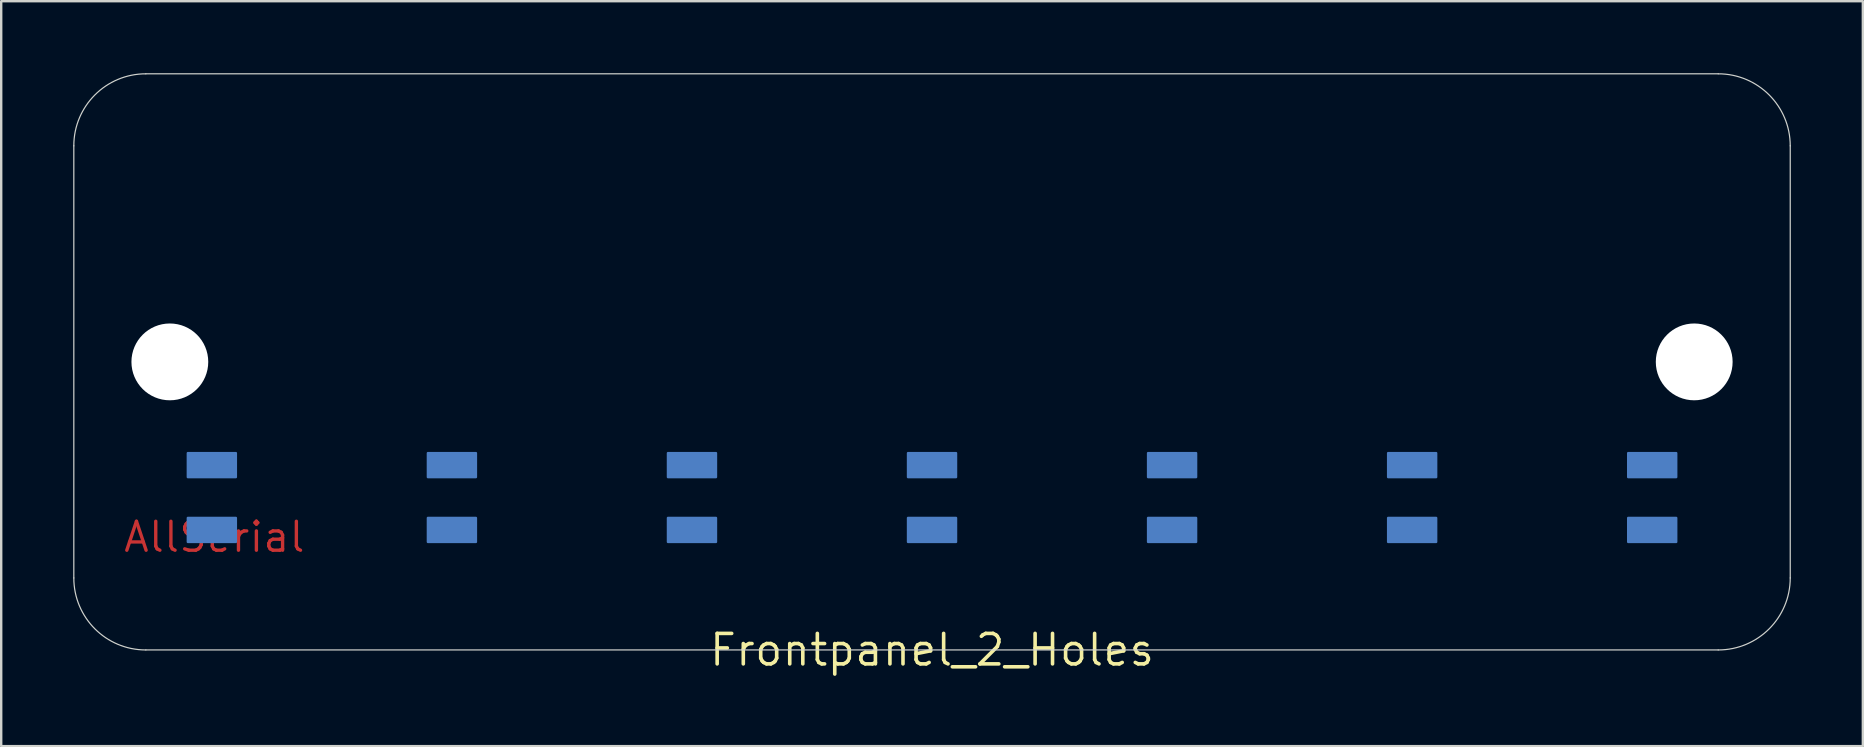
<source format=kicad_pcb>
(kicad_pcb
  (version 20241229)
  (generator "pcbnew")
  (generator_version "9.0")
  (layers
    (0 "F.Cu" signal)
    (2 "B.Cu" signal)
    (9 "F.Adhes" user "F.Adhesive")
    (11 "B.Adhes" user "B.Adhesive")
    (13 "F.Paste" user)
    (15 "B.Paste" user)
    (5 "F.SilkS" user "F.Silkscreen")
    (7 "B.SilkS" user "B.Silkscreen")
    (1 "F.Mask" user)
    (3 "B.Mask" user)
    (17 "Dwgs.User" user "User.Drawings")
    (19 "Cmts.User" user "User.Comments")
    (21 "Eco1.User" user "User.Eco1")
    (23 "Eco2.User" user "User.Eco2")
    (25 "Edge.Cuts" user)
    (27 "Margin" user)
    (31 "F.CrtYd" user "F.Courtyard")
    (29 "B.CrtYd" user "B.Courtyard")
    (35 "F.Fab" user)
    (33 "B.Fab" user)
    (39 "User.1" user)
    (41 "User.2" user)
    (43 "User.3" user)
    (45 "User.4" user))
  (footprint "Frontpanel_2_Holes"
    (layer "F.Cu")
    (at 35.775 24.025)
    (property "Reference" "Frontpanel_2_Holes" (at 0 0 0) (layer "F.SilkS") (effects (font (size 1.27 1.27) (thickness 0.15))))
    (attr through_hole)
    (fp_rect (start -31 -8.2) (end -29 -7.2) (stroke (width 0.1) (type solid)) (fill yes) (layer "B.Cu"))
    (fp_rect (start -31 -5.5) (end -29 -4.5) (stroke (width 0.1) (type solid)) (fill yes) (layer "B.Cu"))
    (fp_rect (start -21 -8.2) (end -19 -7.2) (stroke (width 0.1) (type solid)) (fill yes) (layer "B.Cu"))
    (fp_rect (start -21 -5.5) (end -19 -4.5) (stroke (width 0.1) (type solid)) (fill yes) (layer "B.Cu"))
    (fp_rect (start -11 -8.2) (end -9 -7.2) (stroke (width 0.1) (type solid)) (fill yes) (layer "B.Cu"))
    (fp_rect (start -11 -5.5) (end -9 -4.5) (stroke (width 0.1) (type solid)) (fill yes) (layer "B.Cu"))
    (fp_rect (start -1 -8.2) (end 1 -7.2) (stroke (width 0.1) (type solid)) (fill yes) (layer "B.Cu"))
    (fp_rect (start -1 -5.5) (end 1 -4.5) (stroke (width 0.1) (type solid)) (fill yes) (layer "B.Cu"))
    (fp_rect (start 9 -8.2) (end 11 -7.2) (stroke (width 0.1) (type solid)) (fill yes) (layer "B.Cu"))
    (fp_rect (start 9 -5.5) (end 11 -4.5) (stroke (width 0.1) (type solid)) (fill yes) (layer "B.Cu"))
    (fp_rect (start 19 -8.2) (end 21 -7.2) (stroke (width 0.1) (type solid)) (fill yes) (layer "B.Cu"))
    (fp_rect (start 19 -5.5) (end 21 -4.5) (stroke (width 0.1) (type solid)) (fill yes) (layer "B.Cu"))
    (fp_rect (start 29 -8.2) (end 31 -7.2) (stroke (width 0.1) (type solid)) (fill yes) (layer "B.Cu"))
    (fp_rect (start 29 -5.5) (end 31 -4.5) (stroke (width 0.1) (type solid)) (fill yes) (layer "B.Cu"))
    (fp_rect (start -31 -8.2) (end -29 -4.5) (stroke (width 0.1) (type solid)) (fill yes) (layer "B.Mask"))
    (fp_rect (start -21 -8.2) (end -19 -4.5) (stroke (width 0.1) (type solid)) (fill yes) (layer "B.Mask"))
    (fp_rect (start -11 -8.2) (end -9 -4.5) (stroke (width 0.1) (type solid)) (fill yes) (layer "B.Mask"))
    (fp_rect (start -1 -8.2) (end 1 -4.5) (stroke (width 0.1) (type solid)) (fill yes) (layer "B.Mask"))
    (fp_rect (start 9 -8.2) (end 11 -4.5) (stroke (width 0.1) (type solid)) (fill yes) (layer "B.Mask"))
    (fp_rect (start 19 -8.2) (end 21 -4.5) (stroke (width 0.1) (type solid)) (fill yes) (layer "B.Mask"))
    (fp_rect (start 29 -8.2) (end 31 -4.5) (stroke (width 0.1) (type solid)) (fill yes) (layer "B.Mask"))
    (fp_poly (pts (xy -33.8 -7.1) (xy 33.8 -7.1) (xy 33.8 -5.55) (xy -33.8 -5.55)) (stroke (width 0) (type solid)) (fill yes) (layer "B.Mask"))
    (fp_line (start -35.752 -6.785) (end -35.752 -3) (stroke (width 0.001) (type solid)) (layer "Dwgs.User"))
    (fp_line (start -35.75 -14.16) (end -35.75 -12.66) (stroke (width 0.001) (type solid)) (layer "Dwgs.User"))
    (fp_line (start -35.75 -11.16) (end -35.75 -9.803) (stroke (width 0.001) (type solid)) (layer "Dwgs.User"))
    (fp_line (start -35.749 -21) (end -35.75 -17.171) (stroke (width 0.001) (type solid)) (layer "Dwgs.User"))
    (fp_line (start -35.691 -9.661) (end -35.089 -9.059) (stroke (width 0.001) (type solid)) (layer "Dwgs.User"))
    (fp_line (start -35.679 -17.008) (end -35.065 -16.486) (stroke (width 0.001) (type solid)) (layer "Dwgs.User"))
    (fp_line (start -35.679 -15.508) (end -35.065 -14.986) (stroke (width 0.001) (type solid)) (layer "Dwgs.User"))
    (fp_line (start -35.679 -12.508) (end -35.065 -11.986) (stroke (width 0.001) (type solid)) (layer "Dwgs.User"))
    (fp_line (start -35.675 -8.147) (end -35.072 -7.679) (stroke (width 0.001) (type solid)) (layer "Dwgs.User"))
    (fp_line (start -35.089 -8.953) (end -35.683 -8.457) (stroke (width 0.001) (type solid)) (layer "Dwgs.User"))
    (fp_line (start -35.065 -16.334) (end -35.679 -15.812) (stroke (width 0.001) (type solid)) (layer "Dwgs.User"))
    (fp_line (start -35.065 -14.834) (end -35.679 -14.312) (stroke (width 0.001) (type solid)) (layer "Dwgs.User"))
    (fp_line (start -35.065 -11.834) (end -35.679 -11.312) (stroke (width 0.001) (type solid)) (layer "Dwgs.User"))
    (fp_line (start -35.065 -7.527) (end -35.689 -6.947) (stroke (width 0.001) (type solid)) (layer "Dwgs.User"))
    (fp_line (start -34.947 -9) (end -34.15 -9) (stroke (width 0.001) (type solid)) (layer "Dwgs.User"))
    (fp_line (start -34.44 -10.303) (end -33.574 -10.803) (stroke (width 0.001) (type solid)) (layer "Dwgs.User"))
    (fp_line (start -34.339 -9.928) (end -33.89 -9.15) (stroke (width 0.001) (type solid)) (layer "Dwgs.User"))
    (fp_line (start -33.977 -9.3) (end -34.477 -10.166) (stroke (width 0.001) (type solid)) (layer "Dwgs.User"))
    (fp_line (start -33.977 -9) (end -34.96 -9) (stroke (width 0.001) (type solid)) (layer "Dwgs.User"))
    (fp_line (start -33.933 -10.393) (end -34.266 -10.201) (stroke (width 0.001) (type solid)) (layer "Dwgs.User"))
    (fp_line (start -33.9 -18.58) (end -32.95 -18.58) (stroke (width 0.001) (type solid)) (layer "Dwgs.User"))
    (fp_line (start -33.9 -16.78) (end -33.9 -18.58) (stroke (width 0.001) (type solid)) (layer "Dwgs.User"))
    (fp_line (start -33.9 -7.22) (end -32.953 -7.22) (stroke (width 0.001) (type solid)) (layer "Dwgs.User"))
    (fp_line (start -33.9 -5.42) (end -33.9 -7.22) (stroke (width 0.001) (type solid)) (layer "Dwgs.User"))
    (fp_line (start -33.746 -10.501) (end -33.933 -10.393) (stroke (width 0.001) (type solid)) (layer "Dwgs.User"))
    (fp_line (start -33.438 -10.766) (end -32.499 -9.14) (stroke (width 0.001) (type solid)) (layer "Dwgs.User"))
    (fp_line (start -32.95 -16.78) (end -33.9 -16.78) (stroke (width 0.001) (type solid)) (layer "Dwgs.User"))
    (fp_line (start -32.95 -5.42) (end -33.9 -5.42) (stroke (width 0.001) (type solid)) (layer "Dwgs.User"))
    (fp_line (start -32.78 -9.227) (end -33.473 -10.428) (stroke (width 0.001) (type solid)) (layer "Dwgs.User"))
    (fp_line (start -32.753 -7.42) (end -32.753 -9.127) (stroke (width 0.001) (type solid)) (layer "Dwgs.User"))
    (fp_line (start -32.752 -0.000006) (end -32.751 -0.000006) (stroke (width 0.001) (type solid)) (layer "Dwgs.User"))
    (fp_line (start -32.75 -18.78) (end -32.75 -21.48) (stroke (width 0.001) (type solid)) (layer "Dwgs.User"))
    (fp_line (start -32.75 -15.205) (end -32.75 -16.58) (stroke (width 0.001) (type solid)) (layer "Dwgs.User"))
    (fp_line (start -32.75 -2.52) (end -32.75 -5.22) (stroke (width 0.001) (type solid)) (layer "Dwgs.User"))
    (fp_line (start -32.599 -0.071) (end -32.079 -0.685) (stroke (width 0.001) (type solid)) (layer "Dwgs.User"))
    (fp_line (start -32.25 -21.98) (end 32.25 -21.98) (stroke (width 0.001) (type solid)) (layer "Dwgs.User"))
    (fp_line (start -32.096 -9) (end -31.404 -9) (stroke (width 0.001) (type solid)) (layer "Dwgs.User"))
    (fp_line (start -32.076 -23.315) (end -32.596 -23.929) (stroke (width 0.001) (type solid)) (layer "Dwgs.User"))
    (fp_line (start -31.924 -0.685) (end -31.414 -0.086) (stroke (width 0.001) (type solid)) (layer "Dwgs.User"))
    (fp_line (start -31.402 -23.929) (end -31.924 -23.315) (stroke (width 0.001) (type solid)) (layer "Dwgs.User"))
    (fp_line (start -31.098 -0.071) (end -30.576 -0.685) (stroke (width 0.001) (type solid)) (layer "Dwgs.User"))
    (fp_line (start -30.576 -23.315) (end -31.098 -23.929) (stroke (width 0.001) (type solid)) (layer "Dwgs.User"))
    (fp_line (start -30.424 -0.685) (end -29.902 -0.071) (stroke (width 0.001) (type solid)) (layer "Dwgs.User"))
    (fp_line (start -30.099 -12.98) (end -29.45 -12.98) (stroke (width 0.001) (type solid)) (layer "Dwgs.User"))
    (fp_line (start -29.902 -23.929) (end -30.424 -23.315) (stroke (width 0.001) (type solid)) (layer "Dwgs.User"))
    (fp_line (start -29.591 -0.078) (end -29.129 -0.681) (stroke (width 0.001) (type solid)) (layer "Dwgs.User"))
    (fp_line (start -29.45 -10.98) (end -30.099 -10.98) (stroke (width 0.001) (type solid)) (layer "Dwgs.User"))
    (fp_line (start -29.25 -13.18) (end -29.25 -13.577) (stroke (width 0.001) (type solid)) (layer "Dwgs.User"))
    (fp_line (start -29.25 -10.383) (end -29.25 -10.78) (stroke (width 0.001) (type solid)) (layer "Dwgs.User"))
    (fp_line (start -29.129 -23.319) (end -29.591 -23.922) (stroke (width 0.001) (type solid)) (layer "Dwgs.User"))
    (fp_line (start -29.05 -0.72) (end 29.05 -0.72) (stroke (width 0.001) (type solid)) (layer "Dwgs.User"))
    (fp_line (start 29.05 -23.28) (end -29.05 -23.28) (stroke (width 0.001) (type solid)) (layer "Dwgs.User"))
    (fp_line (start 29.129 -0.681) (end 29.591 -0.078) (stroke (width 0.001) (type solid)) (layer "Dwgs.User"))
    (fp_line (start 29.25 -13.617) (end 29.25 -13.22) (stroke (width 0.001) (type solid)) (layer "Dwgs.User"))
    (fp_line (start 29.25 -10.82) (end 29.25 -10.423) (stroke (width 0.001) (type solid)) (layer "Dwgs.User"))
    (fp_line (start 29.45 -13.02) (end 30.099 -13.02) (stroke (width 0.001) (type solid)) (layer "Dwgs.User"))
    (fp_line (start 29.591 -23.922) (end 29.129 -23.319) (stroke (width 0.001) (type solid)) (layer "Dwgs.User"))
    (fp_line (start 29.902 -0.071) (end 30.424 -0.685) (stroke (width 0.001) (type solid)) (layer "Dwgs.User"))
    (fp_line (start 30.099 -11.02) (end 29.45 -11.02) (stroke (width 0.001) (type solid)) (layer "Dwgs.User"))
    (fp_line (start 30.424 -23.315) (end 29.902 -23.929) (stroke (width 0.001) (type solid)) (layer "Dwgs.User"))
    (fp_line (start 30.576 -0.685) (end 31.098 -0.071) (stroke (width 0.001) (type solid)) (layer "Dwgs.User"))
    (fp_line (start 31.098 -23.929) (end 30.576 -23.315) (stroke (width 0.001) (type solid)) (layer "Dwgs.User"))
    (fp_line (start 31.402 -0.071) (end 31.924 -0.685) (stroke (width 0.001) (type solid)) (layer "Dwgs.User"))
    (fp_line (start 31.924 -23.315) (end 31.414 -23.914) (stroke (width 0.001) (type solid)) (layer "Dwgs.User"))
    (fp_line (start 32.076 -0.685) (end 32.596 -0.071) (stroke (width 0.001) (type solid)) (layer "Dwgs.User"))
    (fp_line (start 32.096 -15) (end 31.404 -15) (stroke (width 0.001) (type solid)) (layer "Dwgs.User"))
    (fp_line (start 32.25 -2.02) (end -32.25 -2.02) (stroke (width 0.001) (type solid)) (layer "Dwgs.User"))
    (fp_line (start 32.599 -23.929) (end 32.079 -23.315) (stroke (width 0.001) (type solid)) (layer "Dwgs.User"))
    (fp_line (start 32.75 -21.48) (end 32.75 -18.78) (stroke (width 0.001) (type solid)) (layer "Dwgs.User"))
    (fp_line (start 32.75 -8.795) (end 32.75 -7.42) (stroke (width 0.001) (type solid)) (layer "Dwgs.User"))
    (fp_line (start 32.75 -5.22) (end 32.75 -2.52) (stroke (width 0.001) (type solid)) (layer "Dwgs.User"))
    (fp_line (start 32.752 -24) (end 32.751 -24) (stroke (width 0.001) (type solid)) (layer "Dwgs.User"))
    (fp_line (start 32.753 -16.58) (end 32.753 -14.873) (stroke (width 0.001) (type solid)) (layer "Dwgs.User"))
    (fp_line (start 32.78 -14.773) (end 33.473 -13.572) (stroke (width 0.001) (type solid)) (layer "Dwgs.User"))
    (fp_line (start 32.95 -18.58) (end 33.9 -18.58) (stroke (width 0.001) (type solid)) (layer "Dwgs.User"))
    (fp_line (start 32.95 -7.22) (end 33.9 -7.22) (stroke (width 0.001) (type solid)) (layer "Dwgs.User"))
    (fp_line (start 33.438 -13.234) (end 32.499 -14.86) (stroke (width 0.001) (type solid)) (layer "Dwgs.User"))
    (fp_line (start 33.746 -13.499) (end 33.933 -13.607) (stroke (width 0.001) (type solid)) (layer "Dwgs.User"))
    (fp_line (start 33.9 -18.58) (end 33.9 -16.78) (stroke (width 0.001) (type solid)) (layer "Dwgs.User"))
    (fp_line (start 33.9 -16.78) (end 32.953 -16.78) (stroke (width 0.001) (type solid)) (layer "Dwgs.User"))
    (fp_line (start 33.9 -7.22) (end 33.9 -5.42) (stroke (width 0.001) (type solid)) (layer "Dwgs.User"))
    (fp_line (start 33.9 -5.42) (end 32.95 -5.42) (stroke (width 0.001) (type solid)) (layer "Dwgs.User"))
    (fp_line (start 33.933 -13.607) (end 34.266 -13.799) (stroke (width 0.001) (type solid)) (layer "Dwgs.User"))
    (fp_line (start 33.977 -15) (end 34.15 -15) (stroke (width 0.001) (type solid)) (layer "Dwgs.User"))
    (fp_line (start 33.977 -14.7) (end 34.477 -13.834) (stroke (width 0.001) (type solid)) (layer "Dwgs.User"))
    (fp_line (start 34.339 -14.072) (end 33.89 -14.85) (stroke (width 0.001) (type solid)) (layer "Dwgs.User"))
    (fp_line (start 34.44 -13.697) (end 33.574 -13.197) (stroke (width 0.001) (type solid)) (layer "Dwgs.User"))
    (fp_line (start 34.947 -15) (end 34.15 -15) (stroke (width 0.001) (type solid)) (layer "Dwgs.User"))
    (fp_line (start 34.947 -15) (end 34.96 -15) (stroke (width 0.001) (type solid)) (layer "Dwgs.User"))
    (fp_line (start 35.065 -16.473) (end 35.689 -17.053) (stroke (width 0.001) (type solid)) (layer "Dwgs.User"))
    (fp_line (start 35.065 -12.166) (end 35.679 -12.688) (stroke (width 0.001) (type solid)) (layer "Dwgs.User"))
    (fp_line (start 35.065 -9.166) (end 35.679 -9.688) (stroke (width 0.001) (type solid)) (layer "Dwgs.User"))
    (fp_line (start 35.065 -7.666) (end 35.679 -8.188) (stroke (width 0.001) (type solid)) (layer "Dwgs.User"))
    (fp_line (start 35.089 -15.047) (end 35.683 -15.543) (stroke (width 0.001) (type solid)) (layer "Dwgs.User"))
    (fp_line (start 35.675 -15.853) (end 35.072 -16.321) (stroke (width 0.001) (type solid)) (layer "Dwgs.User"))
    (fp_line (start 35.679 -11.492) (end 35.065 -12.014) (stroke (width 0.001) (type solid)) (layer "Dwgs.User"))
    (fp_line (start 35.679 -8.492) (end 35.065 -9.014) (stroke (width 0.001) (type solid)) (layer "Dwgs.User"))
    (fp_line (start 35.679 -6.992) (end 35.065 -7.514) (stroke (width 0.001) (type solid)) (layer "Dwgs.User"))
    (fp_line (start 35.691 -14.339) (end 35.089 -14.941) (stroke (width 0.001) (type solid)) (layer "Dwgs.User"))
    (fp_line (start 35.749 -3) (end 35.75 -6.829) (stroke (width 0.001) (type solid)) (layer "Dwgs.User"))
    (fp_line (start 35.75 -12.84) (end 35.75 -14.197) (stroke (width 0.001) (type solid)) (layer "Dwgs.User"))
    (fp_line (start 35.75 -9.84) (end 35.75 -11.34) (stroke (width 0.001) (type solid)) (layer "Dwgs.User"))
    (fp_line (start 35.752 -17.215) (end 35.752 -21) (stroke (width 0.001) (type solid)) (layer "Dwgs.User"))
    (fp_arc (start -35.752381 -6.785475) (mid -35.739141 -6.873453) (end -35.689059 -6.946987) (stroke (width 0.001) (type solid)) (layer "Dwgs.User"))
    (fp_arc (start -35.75 -14.160005) (mid -35.731504 -14.244003) (end -35.67944 -14.312465) (stroke (width 0.001) (type solid)) (layer "Dwgs.User"))
    (fp_arc (start -35.75 -11.160005) (mid -35.731504 -11.244003) (end -35.67944 -11.312465) (stroke (width 0.001) (type solid)) (layer "Dwgs.User"))
    (fp_arc (start -35.74944 -21.000004) (mid -34.870587 -23.121506) (end -32.74894 -24.000006) (stroke (width 0.001) (type solid)) (layer "Dwgs.User"))
    (fp_arc (start -35.691419 -9.661424) (mid -35.734775 -9.726309) (end -35.75 -9.802846) (stroke (width 0.001) (type solid)) (layer "Dwgs.User"))
    (fp_arc (start -35.679441 -12.507536) (mid -35.731506 -12.576003) (end -35.75 -12.660006) (stroke (width 0.001) (type solid)) (layer "Dwgs.User"))
    (fp_arc (start -35.67944 -17.007536) (mid -35.733837 -17.081219) (end -35.749681 -17.171425) (stroke (width 0.001) (type solid)) (layer "Dwgs.User"))
    (fp_arc (start -35.679439 -15.507536) (mid -35.750001 -15.66) (end -35.67944 -15.812465) (stroke (width 0.001) (type solid)) (layer "Dwgs.User"))
    (fp_arc (start -35.675451 -8.146914) (mid -35.752892 -8.300432) (end -35.68254 -8.457325) (stroke (width 0.001) (type solid)) (layer "Dwgs.User"))
    (fp_arc (start -35.088619 -8.953487) (mid -35.028598 -8.988016) (end -34.9604 -9.000006) (stroke (width 0.001) (type solid)) (layer "Dwgs.User"))
    (fp_arc (start -35.07169 -7.679046) (mid -35.033044 -7.604465) (end -35.064889 -7.526736) (stroke (width 0.001) (type solid)) (layer "Dwgs.User"))
    (fp_arc (start -35.06539 -16.486237) (mid -35.030107 -16.410001) (end -35.065389 -16.333765) (stroke (width 0.001) (type solid)) (layer "Dwgs.User"))
    (fp_arc (start -35.06539 -14.986237) (mid -35.030107 -14.910001) (end -35.065389 -14.833765) (stroke (width 0.001) (type solid)) (layer "Dwgs.User"))
    (fp_arc (start -35.06539 -11.986237) (mid -35.030107 -11.910001) (end -35.065389 -11.833765) (stroke (width 0.001) (type solid)) (layer "Dwgs.User"))
    (fp_arc (start -34.947159 -9.000005) (mid -35.023695 -9.015225) (end -35.088581 -9.058575) (stroke (width 0.001) (type solid)) (layer "Dwgs.User"))
    (fp_arc (start -34.4768 -10.166025) (mid -34.486786 -10.241907) (end -34.44019 -10.302625) (stroke (width 0.001) (type solid)) (layer "Dwgs.User"))
    (fp_arc (start -34.3393 -9.927875) (mid -34.359284 -10.079641) (end -34.2661 -10.201087) (stroke (width 0.001) (type solid)) (layer "Dwgs.User"))
    (fp_arc (start -33.9768 -9.300005) (mid -33.976798 -9.100007) (end -34.15 -9.000006) (stroke (width 0.001) (type solid)) (layer "Dwgs.User"))
    (fp_arc (start -33.89019 -9.150006) (mid -33.890193 -9.050004) (end -33.976799 -9.000006) (stroke (width 0.001) (type solid)) (layer "Dwgs.User"))
    (fp_arc (start -33.746481 -10.501087) (mid -33.594718 -10.521063) (end -33.473281 -10.427875) (stroke (width 0.001) (type solid)) (layer "Dwgs.User"))
    (fp_arc (start -33.574168 -10.802625) (mid -33.498288 -10.812616) (end -33.437568 -10.766025) (stroke (width 0.001) (type solid)) (layer "Dwgs.User"))
    (fp_arc (start -32.95 -16.780006) (mid -32.808579 -16.721427) (end -32.75 -16.580006) (stroke (width 0.001) (type solid)) (layer "Dwgs.User"))
    (fp_arc (start -32.95 -5.419996) (mid -32.808579 -5.361417) (end -32.75 -5.219996) (stroke (width 0.001) (type solid)) (layer "Dwgs.User"))
    (fp_arc (start -32.915 -12.556865) (mid -32.669234 -12.899236) (end -32.326867 -13.145006) (stroke (width 0.001) (type solid)) (layer "Dwgs.User"))
    (fp_arc (start -32.915 -11.403137) (mid -33.350014 -11.980001) (end -32.914999 -12.556865) (stroke (width 0.001) (type solid)) (layer "Dwgs.User"))
    (fp_arc (start -32.77974 -9.226637) (mid -32.759762 -9.178401) (end -32.75295 -9.126637) (stroke (width 0.001) (type solid)) (layer "Dwgs.User"))
    (fp_arc (start -32.75295 -7.420006) (mid -32.811529 -7.278585) (end -32.95295 -7.220006) (stroke (width 0.001) (type solid)) (layer "Dwgs.User"))
    (fp_arc (start -32.751889 -0.000004) (mid -34.873533 -0.878506) (end -35.752381 -3.000006) (stroke (width 0.001) (type solid)) (layer "Dwgs.User"))
    (fp_arc (start -32.75 -21.480006) (mid -32.603553 -21.833559) (end -32.25 -21.980006) (stroke (width 0.001) (type solid)) (layer "Dwgs.User"))
    (fp_arc (start -32.75 -18.780006) (mid -32.808579 -18.638585) (end -32.95 -18.580006) (stroke (width 0.001) (type solid)) (layer "Dwgs.User"))
    (fp_arc (start -32.748941 -24.000005) (mid -32.66486 -23.981455) (end -32.596368 -23.929275) (stroke (width 0.001) (type solid)) (layer "Dwgs.User"))
    (fp_arc (start -32.59915 -0.070724) (mid -32.667363 -0.018677) (end -32.751109 -0.000006) (stroke (width 0.001) (type solid)) (layer "Dwgs.User"))
    (fp_arc (start -32.386368 -14.911737) (mid -32.638297 -14.971357) (end -32.749998 -15.204906) (stroke (width 0.001) (type solid)) (layer "Dwgs.User"))
    (fp_arc (start -32.386368 -14.911737) (mid -30.650967 -14.771401) (end -29.285718 -13.690937) (stroke (width 0.001) (type solid)) (layer "Dwgs.User"))
    (fp_arc (start -32.36654 -9.044037) (mid -32.442799 -9.077819) (end -32.49865 -9.139765) (stroke (width 0.001) (type solid)) (layer "Dwgs.User"))
    (fp_arc (start -32.326868 -13.145006) (mid -31.750004 -13.58002) (end -31.17314 -13.145005) (stroke (width 0.001) (type solid)) (layer "Dwgs.User"))
    (fp_arc (start -32.326868 -10.815006) (mid -32.669233 -11.060772) (end -32.914999 -11.403137) (stroke (width 0.001) (type solid)) (layer "Dwgs.User"))
    (fp_arc (start -32.25 -2.019996) (mid -32.603553 -2.166443) (end -32.75 -2.519996) (stroke (width 0.001) (type solid)) (layer "Dwgs.User"))
    (fp_arc (start -32.095831 -9.000006) (mid -32.231689 -9.018926) (end -32.36654 -9.044037) (stroke (width 0.001) (type solid)) (layer "Dwgs.User"))
    (fp_arc (start -32.079068 -0.684637) (mid -32.001491 -0.721662) (end -31.923839 -0.684795) (stroke (width 0.001) (type solid)) (layer "Dwgs.User"))
    (fp_arc (start -31.923759 -23.315287) (mid -31.999992 -23.279998) (end -32.07623 -23.315275) (stroke (width 0.001) (type solid)) (layer "Dwgs.User"))
    (fp_arc (start -31.402481 -23.929424) (mid -31.25 -24.000002) (end -31.097518 -23.929425) (stroke (width 0.001) (type solid)) (layer "Dwgs.User"))
    (fp_arc (start -31.17314 -13.145006) (mid -30.991007 -13.035436) (end -30.829168 -12.897646) (stroke (width 0.001) (type solid)) (layer "Dwgs.User"))
    (fp_arc (start -31.17314 -10.815006) (mid -31.750004 -10.379992) (end -32.326868 -10.815005) (stroke (width 0.001) (type solid)) (layer "Dwgs.User"))
    (fp_arc (start -31.097517 -0.070573) (mid -31.259507 -0.000225) (end -31.414081 -0.085646) (stroke (width 0.001) (type solid)) (layer "Dwgs.User"))
    (fp_arc (start -30.829169 -11.062354) (mid -30.535052 -11.179855) (end -30.2477 -11.046665) (stroke (width 0.001) (type solid)) (layer "Dwgs.User"))
    (fp_arc (start -30.829168 -11.062356) (mid -30.991008 -10.924571) (end -31.17314 -10.815006) (stroke (width 0.001) (type solid)) (layer "Dwgs.User"))
    (fp_arc (start -30.57624 -0.684715) (mid -30.499999 -0.720004) (end -30.423758 -0.684715) (stroke (width 0.001) (type solid)) (layer "Dwgs.User"))
    (fp_arc (start -30.423759 -23.315287) (mid -30.499999 -23.279998) (end -30.576239 -23.315286) (stroke (width 0.001) (type solid)) (layer "Dwgs.User"))
    (fp_arc (start -30.2477 -12.913337) (mid -30.180279 -12.962579) (end -30.09863 -12.980006) (stroke (width 0.001) (type solid)) (layer "Dwgs.User"))
    (fp_arc (start -30.2477 -12.913336) (mid -30.535052 -12.780146) (end -30.829168 -12.897646) (stroke (width 0.001) (type solid)) (layer "Dwgs.User"))
    (fp_arc (start -30.098631 -10.980006) (mid -30.180278 -10.997428) (end -30.247699 -11.046665) (stroke (width 0.001) (type solid)) (layer "Dwgs.User"))
    (fp_arc (start -29.902481 -23.929423) (mid -29.745032 -23.999939) (end -29.591281 -23.921687) (stroke (width 0.001) (type solid)) (layer "Dwgs.User"))
    (fp_arc (start -29.591281 -0.078314) (mid -29.745031 -0.000061) (end -29.902481 -0.070575) (stroke (width 0.001) (type solid)) (layer "Dwgs.User"))
    (fp_arc (start -29.45 -10.980006) (mid -29.308579 -10.921427) (end -29.25 -10.780006) (stroke (width 0.001) (type solid)) (layer "Dwgs.User"))
    (fp_arc (start -29.285719 -10.269065) (mid -30.208304 -9.406442) (end -31.404168 -9.000006) (stroke (width 0.001) (type solid)) (layer "Dwgs.User"))
    (fp_arc (start -29.285718 -13.690937) (mid -29.259139 -13.636636) (end -29.25 -13.576875) (stroke (width 0.001) (type solid)) (layer "Dwgs.User"))
    (fp_arc (start -29.25 -13.180006) (mid -29.308579 -13.038585) (end -29.45 -12.980006) (stroke (width 0.001) (type solid)) (layer "Dwgs.User"))
    (fp_arc (start -29.25 -10.383125) (mid -29.25914 -10.323365) (end -29.285718 -10.269065) (stroke (width 0.001) (type solid)) (layer "Dwgs.User"))
    (fp_arc (start -29.129359 -0.680846) (mid -29.094246 -0.709679) (end -29.05 -0.719996) (stroke (width 0.001) (type solid)) (layer "Dwgs.User"))
    (fp_arc (start -29.05 -23.280006) (mid -29.094246 -23.290324) (end -29.129358 -23.319156) (stroke (width 0.001) (type solid)) (layer "Dwgs.User"))
    (fp_arc (start 29.05 -0.719996) (mid 29.094246 -0.709678) (end 29.129359 -0.680846) (stroke (width 0.001) (type solid)) (layer "Dwgs.User"))
    (fp_arc (start 29.129359 -23.319156) (mid 29.094247 -23.290323) (end 29.050001 -23.280005) (stroke (width 0.001) (type solid)) (layer "Dwgs.User"))
    (fp_arc (start 29.249999 -13.616875) (mid 29.259134 -13.676636) (end 29.285709 -13.730937) (stroke (width 0.001) (type solid)) (layer "Dwgs.User"))
    (fp_arc (start 29.25 -10.819996) (mid 29.308579 -10.961417) (end 29.45 -11.019996) (stroke (width 0.001) (type solid)) (layer "Dwgs.User"))
    (fp_arc (start 29.285708 -13.730937) (mid 30.208298 -14.593561) (end 31.404168 -14.999996) (stroke (width 0.001) (type solid)) (layer "Dwgs.User"))
    (fp_arc (start 29.285709 -10.309065) (mid 29.259135 -10.363365) (end 29.25 -10.423125) (stroke (width 0.001) (type solid)) (layer "Dwgs.User"))
    (fp_arc (start 29.45 -13.019996) (mid 29.308579 -13.078575) (end 29.25 -13.219996) (stroke (width 0.001) (type solid)) (layer "Dwgs.User"))
    (fp_arc (start 29.591266 -23.921688) (mid 29.745024 -23.999944) (end 29.902481 -23.929425) (stroke (width 0.001) (type solid)) (layer "Dwgs.User"))
    (fp_arc (start 29.902479 -0.070575) (mid 29.745023 -0.000058) (end 29.591268 -0.078315) (stroke (width 0.001) (type solid)) (layer "Dwgs.User"))
    (fp_arc (start 30.098618 -13.019996) (mid 30.180273 -13.002575) (end 30.247701 -12.953336) (stroke (width 0.001) (type solid)) (layer "Dwgs.User"))
    (fp_arc (start 30.247698 -11.086664) (mid 30.53505 -11.219856) (end 30.829168 -11.102356) (stroke (width 0.001) (type solid)) (layer "Dwgs.User"))
    (fp_arc (start 30.2477 -11.086665) (mid 30.180274 -11.037422) (end 30.098619 -11.019995) (stroke (width 0.001) (type solid)) (layer "Dwgs.User"))
    (fp_arc (start 30.423759 -0.684715) (mid 30.5 -0.720003) (end 30.57624 -0.684714) (stroke (width 0.001) (type solid)) (layer "Dwgs.User"))
    (fp_arc (start 30.57624 -23.315287) (mid 30.5 -23.279998) (end 30.423759 -23.315286) (stroke (width 0.001) (type solid)) (layer "Dwgs.User"))
    (fp_arc (start 30.829167 -12.937646) (mid 30.535051 -12.820146) (end 30.2477 -12.953337) (stroke (width 0.001) (type solid)) (layer "Dwgs.User"))
    (fp_arc (start 30.829168 -12.937646) (mid 30.991003 -13.07543) (end 31.173131 -13.184996) (stroke (width 0.001) (type solid)) (layer "Dwgs.User"))
    (fp_arc (start 31.097515 -23.929424) (mid 31.259505 -23.999775) (end 31.414081 -23.914356) (stroke (width 0.001) (type solid)) (layer "Dwgs.User"))
    (fp_arc (start 31.173131 -13.184996) (mid 31.749995 -13.62001) (end 32.326859 -13.184995) (stroke (width 0.001) (type solid)) (layer "Dwgs.User"))
    (fp_arc (start 31.173131 -10.854996) (mid 30.991003 -10.964567) (end 30.829168 -11.102356) (stroke (width 0.001) (type solid)) (layer "Dwgs.User"))
    (fp_arc (start 31.40248 -0.070575) (mid 31.249999 0.000002) (end 31.097518 -0.070575) (stroke (width 0.001) (type solid)) (layer "Dwgs.User"))
    (fp_arc (start 31.923759 -0.684715) (mid 31.999993 -0.720002) (end 32.076231 -0.684724) (stroke (width 0.001) (type solid)) (layer "Dwgs.User"))
    (fp_arc (start 32.079068 -23.315365) (mid 32.001488 -23.278337) (end 31.923831 -23.315204) (stroke (width 0.001) (type solid)) (layer "Dwgs.User"))
    (fp_arc (start 32.095831 -14.999996) (mid 32.231689 -14.981076) (end 32.36654 -14.955965) (stroke (width 0.001) (type solid)) (layer "Dwgs.User"))
    (fp_arc (start 32.25 -21.980006) (mid 32.603553 -21.833559) (end 32.75 -21.480006) (stroke (width 0.001) (type solid)) (layer "Dwgs.User"))
    (fp_arc (start 32.326859 -13.184996) (mid 32.66923 -12.939231) (end 32.915 -12.596864) (stroke (width 0.001) (type solid)) (layer "Dwgs.User"))
    (fp_arc (start 32.326859 -10.854996) (mid 31.749995 -10.419982) (end 31.173131 -10.854995) (stroke (width 0.001) (type solid)) (layer "Dwgs.User"))
    (fp_arc (start 32.366539 -14.955965) (mid 32.442794 -14.922183) (end 32.49864 -14.860237) (stroke (width 0.001) (type solid)) (layer "Dwgs.User"))
    (fp_arc (start 32.386358 -9.088265) (mid 30.650958 -9.228601) (end 29.285709 -10.309065) (stroke (width 0.001) (type solid)) (layer "Dwgs.User"))
    (fp_arc (start 32.386359 -9.088265) (mid 32.638293 -9.028647) (end 32.749999 -8.795094) (stroke (width 0.001) (type solid)) (layer "Dwgs.User"))
    (fp_arc (start 32.599138 -23.929276) (mid 32.667357 -23.981325) (end 32.751109 -23.999996) (stroke (width 0.001) (type solid)) (layer "Dwgs.User"))
    (fp_arc (start 32.74894 0.000002) (mid 32.66486 -0.018547) (end 32.596368 -0.070725) (stroke (width 0.001) (type solid)) (layer "Dwgs.User"))
    (fp_arc (start 32.75 -5.219996) (mid 32.808579 -5.361417) (end 32.95 -5.419996) (stroke (width 0.001) (type solid)) (layer "Dwgs.User"))
    (fp_arc (start 32.75 -2.519996) (mid 32.603553 -2.166443) (end 32.25 -2.019996) (stroke (width 0.001) (type solid)) (layer "Dwgs.User"))
    (fp_arc (start 32.751879 -23.999996) (mid 34.873527 -23.121497) (end 35.752381 -20.999996) (stroke (width 0.001) (type solid)) (layer "Dwgs.User"))
    (fp_arc (start 32.75294 -16.579996) (mid 32.811519 -16.721417) (end 32.95294 -16.779996) (stroke (width 0.001) (type solid)) (layer "Dwgs.User"))
    (fp_arc (start 32.77974 -14.773365) (mid 32.759757 -14.821601) (end 32.75294 -14.873365) (stroke (width 0.001) (type solid)) (layer "Dwgs.User"))
    (fp_arc (start 32.915 -12.596865) (mid 33.350014 -12.020001) (end 32.914999 -11.443137) (stroke (width 0.001) (type solid)) (layer "Dwgs.User"))
    (fp_arc (start 32.915 -11.443137) (mid 32.669231 -11.100765) (end 32.32686 -10.854995) (stroke (width 0.001) (type solid)) (layer "Dwgs.User"))
    (fp_arc (start 32.95 -18.580006) (mid 32.808579 -18.638585) (end 32.75 -18.780006) (stroke (width 0.001) (type solid)) (layer "Dwgs.User"))
    (fp_arc (start 32.95 -7.219996) (mid 32.808579 -7.278575) (end 32.75 -7.419996) (stroke (width 0.001) (type solid)) (layer "Dwgs.User"))
    (fp_arc (start 33.574159 -13.197375) (mid 33.498279 -13.187384) (end 33.437559 -13.233975) (stroke (width 0.001) (type solid)) (layer "Dwgs.User"))
    (fp_arc (start 33.74648 -13.498915) (mid 33.594712 -13.478936) (end 33.473268 -13.572125) (stroke (width 0.001) (type solid)) (layer "Dwgs.User"))
    (fp_arc (start 33.89019 -14.849996) (mid 33.890189 -14.949995) (end 33.97679 -14.999995) (stroke (width 0.001) (type solid)) (layer "Dwgs.User"))
    (fp_arc (start 33.976789 -14.699996) (mid 33.976792 -14.899997) (end 34.15 -14.999996) (stroke (width 0.001) (type solid)) (layer "Dwgs.User"))
    (fp_arc (start 34.3393 -14.072125) (mid 34.359279 -13.920358) (end 34.26609 -13.798915) (stroke (width 0.001) (type solid)) (layer "Dwgs.User"))
    (fp_arc (start 34.47679 -13.833975) (mid 34.486781 -13.758095) (end 34.44019 -13.697375) (stroke (width 0.001) (type solid)) (layer "Dwgs.User"))
    (fp_arc (start 34.947158 -14.999996) (mid 35.023695 -14.984776) (end 35.088581 -14.941425) (stroke (width 0.001) (type solid)) (layer "Dwgs.User"))
    (fp_arc (start 35.06539 -12.013765) (mid 35.030107 -12.090001) (end 35.065389 -12.166237) (stroke (width 0.001) (type solid)) (layer "Dwgs.User"))
    (fp_arc (start 35.06539 -9.013765) (mid 35.030107 -9.090001) (end 35.065389 -9.166237) (stroke (width 0.001) (type solid)) (layer "Dwgs.User"))
    (fp_arc (start 35.06539 -7.513765) (mid 35.030107 -7.590001) (end 35.065389 -7.666237) (stroke (width 0.001) (type solid)) (layer "Dwgs.User"))
    (fp_arc (start 35.07169 -16.320956) (mid 35.033046 -16.395537) (end 35.064891 -16.473264) (stroke (width 0.001) (type solid)) (layer "Dwgs.User"))
    (fp_arc (start 35.088617 -15.046515) (mid 35.028592 -15.011985) (end 34.96039 -14.999996) (stroke (width 0.001) (type solid)) (layer "Dwgs.User"))
    (fp_arc (start 35.675449 -15.853087) (mid 35.752891 -15.699569) (end 35.68254 -15.542675) (stroke (width 0.001) (type solid)) (layer "Dwgs.User"))
    (fp_arc (start 35.679439 -11.492465) (mid 35.731505 -11.423999) (end 35.75 -11.339996) (stroke (width 0.001) (type solid)) (layer "Dwgs.User"))
    (fp_arc (start 35.679439 -8.492466) (mid 35.750001 -8.340002) (end 35.67944 -8.187537) (stroke (width 0.001) (type solid)) (layer "Dwgs.User"))
    (fp_arc (start 35.67944 -6.992465) (mid 35.733831 -6.91878) (end 35.749668 -6.828575) (stroke (width 0.001) (type solid)) (layer "Dwgs.User"))
    (fp_arc (start 35.691417 -14.338575) (mid 35.734773 -14.273692) (end 35.75 -14.197156) (stroke (width 0.001) (type solid)) (layer "Dwgs.User"))
    (fp_arc (start 35.749439 -2.999996) (mid 34.870586 -0.878496) (end 32.74894 0.000003) (stroke (width 0.001) (type solid)) (layer "Dwgs.User"))
    (fp_arc (start 35.749999 -12.839996) (mid 35.731504 -12.755998) (end 35.67944 -12.687537) (stroke (width 0.001) (type solid)) (layer "Dwgs.User"))
    (fp_arc (start 35.749999 -9.839996) (mid 35.731504 -9.755998) (end 35.67944 -9.687537) (stroke (width 0.001) (type solid)) (layer "Dwgs.User"))
    (fp_arc (start 35.752381 -17.214526) (mid 35.739137 -17.126547) (end 35.68905 -17.053015) (stroke (width 0.001) (type solid)) (layer "Dwgs.User"))
    (fp_line (start -35.75 -3) (end -35.75 -21) (stroke (width 0.05) (type solid)) (layer "Edge.Cuts"))
    (fp_line (start -32.75 0) (end 32.75 0) (stroke (width 0.05) (type default)) (layer "Edge.Cuts"))
    (fp_line (start -32.75 -24) (end 32.75 -24) (stroke (width 0.05) (type solid)) (layer "Edge.Cuts"))
    (fp_line (start 35.75 -21) (end 35.75 -3) (stroke (width 0.05) (type solid)) (layer "Edge.Cuts"))
    (fp_arc (start -35.75 -21) (mid -34.87132 -23.12132) (end -32.75 -24) (stroke (width 0.05) (type solid)) (layer "Edge.Cuts"))
    (fp_arc (start -32.75 0) (mid -34.87132 -0.87868) (end -35.75 -3) (stroke (width 0.05) (type solid)) (layer "Edge.Cuts"))
    (fp_arc (start 32.75 -24) (mid 34.87132 -23.12132) (end 35.75 -21) (stroke (width 0.05) (type solid)) (layer "Edge.Cuts"))
    (fp_arc (start 35.75 -3) (mid 34.87132 -0.87868) (end 32.75 0) (stroke (width 0.05) (type solid)) (layer "Edge.Cuts"))
    (fp_text user "AllSerial" (at -33.75 -4 0) (layer "F.Cu") (effects (font (size 1.206 1.206) (thickness 0.14)) (justify left bottom)))
    (fp_text user "AllSerial" (at -33.75 -4 0) (layer "F.Mask") (effects (font (size 1.206 1.206) (thickness 0.14)) (justify left bottom)))
    (pad "" np_thru_hole circle (at -31.75 -12) (size 3.2 3.2) (drill 3.2) (layers "*.Cu" "*.Mask"))
    (pad "" np_thru_hole circle (at 31.75 -12) (size 3.2 3.2) (drill 3.2) (layers "*.Cu" "*.Mask")))
  (gr_rect
    (start -3 -3)
    (end 74.55 28.031)
    (stroke (width 0.1) (type default))
    (fill no)
    (layer "Edge.Cuts")))
</source>
